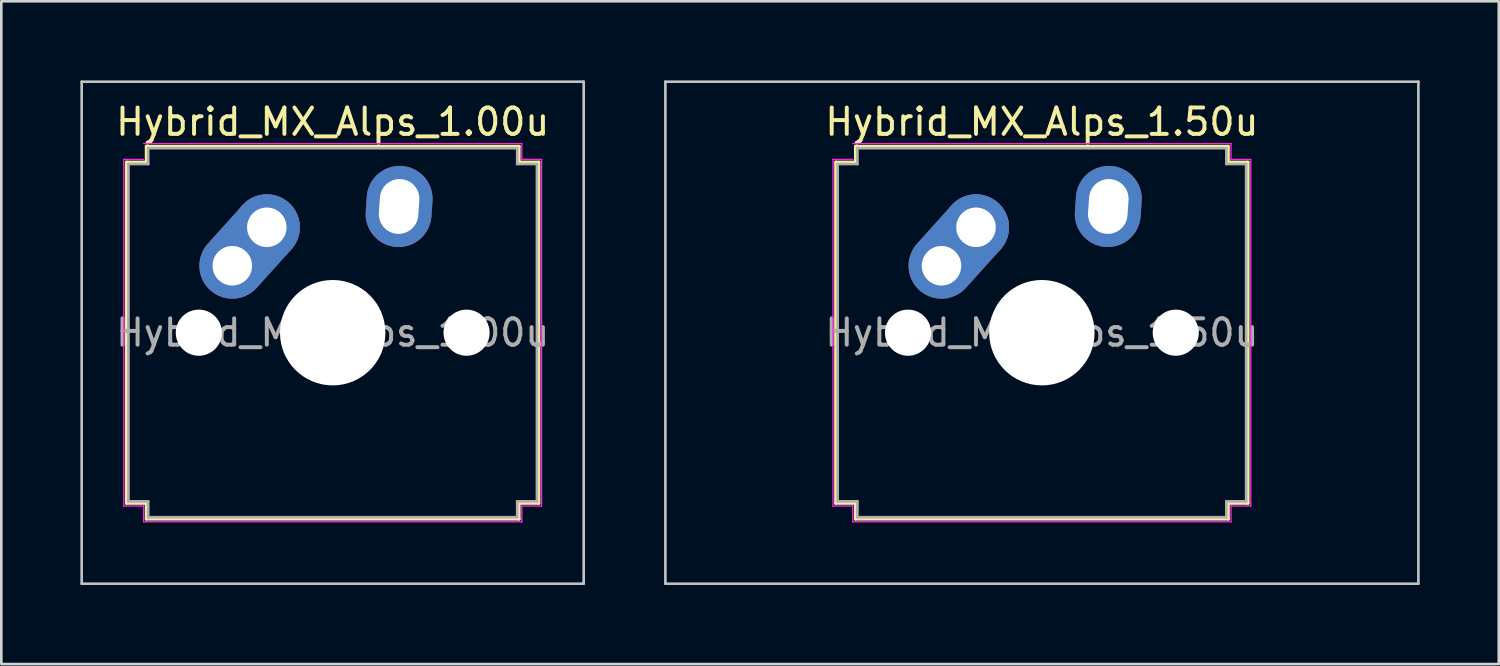
<source format=kicad_pcb>
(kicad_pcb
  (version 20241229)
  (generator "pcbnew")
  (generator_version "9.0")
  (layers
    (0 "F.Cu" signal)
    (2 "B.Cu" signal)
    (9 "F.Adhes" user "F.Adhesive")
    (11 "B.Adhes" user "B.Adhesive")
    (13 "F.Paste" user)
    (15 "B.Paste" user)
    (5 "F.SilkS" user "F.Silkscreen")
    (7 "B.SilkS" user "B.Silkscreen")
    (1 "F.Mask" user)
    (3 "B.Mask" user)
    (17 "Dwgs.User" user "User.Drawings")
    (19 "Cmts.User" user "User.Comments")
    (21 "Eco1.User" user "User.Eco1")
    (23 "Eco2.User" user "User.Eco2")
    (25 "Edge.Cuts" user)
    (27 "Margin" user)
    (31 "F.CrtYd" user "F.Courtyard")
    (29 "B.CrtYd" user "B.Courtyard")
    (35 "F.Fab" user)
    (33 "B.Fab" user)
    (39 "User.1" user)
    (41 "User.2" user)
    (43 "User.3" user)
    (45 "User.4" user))
  (footprint "Hybrid_MX_Alps_1.50u"
    (layer "F.Cu")
    (at 36.487 9.575)
    (property "Reference" "Hybrid_MX_Alps_1.50u" (at 0 -8 0) (layer "F.SilkS") (effects (font (size 1 1) (thickness 0.15))))
    (attr through_hole)
    (fp_line (start -7.821 -6.471) (end -7.071 -6.471) (stroke (width 0.12) (type solid)) (layer "F.SilkS"))
    (fp_line (start -7.821 6.471) (end -7.821 -6.471) (stroke (width 0.12) (type solid)) (layer "F.SilkS"))
    (fp_line (start -7.071 -7.071) (end 7.071 -7.071) (stroke (width 0.12) (type solid)) (layer "F.SilkS"))
    (fp_line (start -7.071 -6.471) (end -7.071 -7.071) (stroke (width 0.12) (type solid)) (layer "F.SilkS"))
    (fp_line (start -7.071 6.471) (end -7.821 6.471) (stroke (width 0.12) (type solid)) (layer "F.SilkS"))
    (fp_line (start -7.071 7.071) (end -7.071 6.471) (stroke (width 0.12) (type solid)) (layer "F.SilkS"))
    (fp_line (start 7.071 -7.071) (end 7.071 -6.471) (stroke (width 0.12) (type solid)) (layer "F.SilkS"))
    (fp_line (start 7.071 -6.471) (end 7.821 -6.471) (stroke (width 0.12) (type solid)) (layer "F.SilkS"))
    (fp_line (start 7.071 6.471) (end 7.071 7.071) (stroke (width 0.12) (type solid)) (layer "F.SilkS"))
    (fp_line (start 7.071 7.071) (end -7.071 7.071) (stroke (width 0.12) (type solid)) (layer "F.SilkS"))
    (fp_line (start 7.821 -6.471) (end 7.821 6.471) (stroke (width 0.12) (type solid)) (layer "F.SilkS"))
    (fp_line (start 7.821 6.471) (end 7.071 6.471) (stroke (width 0.12) (type solid)) (layer "F.SilkS"))
    (fp_line (start -14.287 -9.525) (end -14.287 9.525) (stroke (width 0.1) (type solid)) (layer "Dwgs.User"))
    (fp_line (start -14.287 9.525) (end 14.287 9.525) (stroke (width 0.1) (type solid)) (layer "Dwgs.User"))
    (fp_line (start 14.287 -9.525) (end -14.287 -9.525) (stroke (width 0.1) (type solid)) (layer "Dwgs.User"))
    (fp_line (start 14.287 9.525) (end 14.287 -9.525) (stroke (width 0.1) (type solid)) (layer "Dwgs.User"))
    (fp_line (start -7.927 -6.577) (end -7.177 -6.577) (stroke (width 0.05) (type solid)) (layer "F.CrtYd"))
    (fp_line (start -7.927 6.577) (end -7.927 -6.577) (stroke (width 0.05) (type solid)) (layer "F.CrtYd"))
    (fp_line (start -7.177 -7.177) (end 7.177 -7.177) (stroke (width 0.05) (type solid)) (layer "F.CrtYd"))
    (fp_line (start -7.177 6.577) (end -7.927 6.577) (stroke (width 0.05) (type solid)) (layer "F.CrtYd"))
    (fp_line (start -7.177 7.177) (end -7.177 6.577) (stroke (width 0.05) (type solid)) (layer "F.CrtYd"))
    (fp_line (start 7.177 -7.177) (end 7.177 -6.577) (stroke (width 0.05) (type solid)) (layer "F.CrtYd"))
    (fp_line (start 7.177 -6.577) (end 7.927 -6.577) (stroke (width 0.05) (type solid)) (layer "F.CrtYd"))
    (fp_line (start 7.177 6.577) (end 7.177 7.177) (stroke (width 0.05) (type solid)) (layer "F.CrtYd"))
    (fp_line (start 7.177 7.177) (end -7.177 7.177) (stroke (width 0.05) (type solid)) (layer "F.CrtYd"))
    (fp_line (start 7.927 -6.577) (end 7.927 6.577) (stroke (width 0.05) (type solid)) (layer "F.CrtYd"))
    (fp_line (start 7.927 6.577) (end 7.177 6.577) (stroke (width 0.05) (type solid)) (layer "F.CrtYd"))
    (fp_line (start -7.75 -6.4) (end -7 -6.4) (stroke (width 0.1) (type solid)) (layer "F.Fab"))
    (fp_line (start -7.75 6.4) (end -7.75 -6.4) (stroke (width 0.1) (type solid)) (layer "F.Fab"))
    (fp_line (start -7 -7) (end 7 -7) (stroke (width 0.1) (type solid)) (layer "F.Fab"))
    (fp_line (start -7 -6.4) (end -7 -7) (stroke (width 0.1) (type solid)) (layer "F.Fab"))
    (fp_line (start -7 6.4) (end -7.75 6.4) (stroke (width 0.1) (type solid)) (layer "F.Fab"))
    (fp_line (start -7 7) (end -7 6.4) (stroke (width 0.1) (type solid)) (layer "F.Fab"))
    (fp_line (start 7 -7) (end 7 -6.4) (stroke (width 0.1) (type solid)) (layer "F.Fab"))
    (fp_line (start 7 -6.4) (end 7.75 -6.4) (stroke (width 0.1) (type solid)) (layer "F.Fab"))
    (fp_line (start 7 6.4) (end 7 7) (stroke (width 0.1) (type solid)) (layer "F.Fab"))
    (fp_line (start 7 7) (end -7 7) (stroke (width 0.1) (type solid)) (layer "F.Fab"))
    (fp_line (start 7.75 -6.4) (end 7.75 6.4) (stroke (width 0.1) (type solid)) (layer "F.Fab"))
    (fp_line (start 7.75 6.4) (end 7 6.4) (stroke (width 0.1) (type solid)) (layer "F.Fab"))
    (fp_text user "${REFERENCE}" (at 0 0 0) (layer "F.Fab") (effects (font (size 1 1) (thickness 0.15))))
    (pad "" np_thru_hole circle (at -5.08 0) (size 1.75 1.75) (drill 1.75) (layers "*.Cu" "*.Mask"))
    (pad "" np_thru_hole circle (at 0 0) (size 4 4) (drill 4) (layers "*.Cu" "*.Mask"))
    (pad "" np_thru_hole circle (at 5.08 0) (size 1.75 1.75) (drill 1.75) (layers "*.Cu" "*.Mask"))
    (pad "1" thru_hole oval (at -3.81 -2.54 48) (size 4.462 2.5) (drill 1.5 (offset 0.981 0)) (layers "*.Cu" "*.Mask"))
    (pad "1" thru_hole circle (at -2.5 -4) (size 2.5 2.5) (drill 1.5) (layers "*.Cu" "*.Mask"))
    (pad "2" thru_hole oval (at 2.52 -4.79 86) (size 3.081 2.5) (drill oval 2.081 1.5) (layers "*.Cu" "*.Mask")))
  (footprint "Hybrid_MX_Alps_1.00u"
    (layer "F.Cu")
    (at 9.575 9.575)
    (property "Reference" "Hybrid_MX_Alps_1.00u" (at 0 -8 0) (layer "F.SilkS") (effects (font (size 1 1) (thickness 0.15))))
    (attr through_hole)
    (fp_line (start -7.821 -6.471) (end -7.071 -6.471) (stroke (width 0.12) (type solid)) (layer "F.SilkS"))
    (fp_line (start -7.821 6.471) (end -7.821 -6.471) (stroke (width 0.12) (type solid)) (layer "F.SilkS"))
    (fp_line (start -7.071 -7.071) (end 7.071 -7.071) (stroke (width 0.12) (type solid)) (layer "F.SilkS"))
    (fp_line (start -7.071 -6.471) (end -7.071 -7.071) (stroke (width 0.12) (type solid)) (layer "F.SilkS"))
    (fp_line (start -7.071 6.471) (end -7.821 6.471) (stroke (width 0.12) (type solid)) (layer "F.SilkS"))
    (fp_line (start -7.071 7.071) (end -7.071 6.471) (stroke (width 0.12) (type solid)) (layer "F.SilkS"))
    (fp_line (start 7.071 -7.071) (end 7.071 -6.471) (stroke (width 0.12) (type solid)) (layer "F.SilkS"))
    (fp_line (start 7.071 -6.471) (end 7.821 -6.471) (stroke (width 0.12) (type solid)) (layer "F.SilkS"))
    (fp_line (start 7.071 6.471) (end 7.071 7.071) (stroke (width 0.12) (type solid)) (layer "F.SilkS"))
    (fp_line (start 7.071 7.071) (end -7.071 7.071) (stroke (width 0.12) (type solid)) (layer "F.SilkS"))
    (fp_line (start 7.821 -6.471) (end 7.821 6.471) (stroke (width 0.12) (type solid)) (layer "F.SilkS"))
    (fp_line (start 7.821 6.471) (end 7.071 6.471) (stroke (width 0.12) (type solid)) (layer "F.SilkS"))
    (fp_line (start -9.525 -9.525) (end -9.525 9.525) (stroke (width 0.1) (type solid)) (layer "Dwgs.User"))
    (fp_line (start -9.525 9.525) (end 9.525 9.525) (stroke (width 0.1) (type solid)) (layer "Dwgs.User"))
    (fp_line (start 9.525 -9.525) (end -9.525 -9.525) (stroke (width 0.1) (type solid)) (layer "Dwgs.User"))
    (fp_line (start 9.525 9.525) (end 9.525 -9.525) (stroke (width 0.1) (type solid)) (layer "Dwgs.User"))
    (fp_line (start -7.927 -6.577) (end -7.177 -6.577) (stroke (width 0.05) (type solid)) (layer "F.CrtYd"))
    (fp_line (start -7.927 6.577) (end -7.927 -6.577) (stroke (width 0.05) (type solid)) (layer "F.CrtYd"))
    (fp_line (start -7.177 -7.177) (end 7.177 -7.177) (stroke (width 0.05) (type solid)) (layer "F.CrtYd"))
    (fp_line (start -7.177 6.577) (end -7.927 6.577) (stroke (width 0.05) (type solid)) (layer "F.CrtYd"))
    (fp_line (start -7.177 7.177) (end -7.177 6.577) (stroke (width 0.05) (type solid)) (layer "F.CrtYd"))
    (fp_line (start 7.177 -7.177) (end 7.177 -6.577) (stroke (width 0.05) (type solid)) (layer "F.CrtYd"))
    (fp_line (start 7.177 -6.577) (end 7.927 -6.577) (stroke (width 0.05) (type solid)) (layer "F.CrtYd"))
    (fp_line (start 7.177 6.577) (end 7.177 7.177) (stroke (width 0.05) (type solid)) (layer "F.CrtYd"))
    (fp_line (start 7.177 7.177) (end -7.177 7.177) (stroke (width 0.05) (type solid)) (layer "F.CrtYd"))
    (fp_line (start 7.927 -6.577) (end 7.927 6.577) (stroke (width 0.05) (type solid)) (layer "F.CrtYd"))
    (fp_line (start 7.927 6.577) (end 7.177 6.577) (stroke (width 0.05) (type solid)) (layer "F.CrtYd"))
    (fp_line (start -7.75 -6.4) (end -7 -6.4) (stroke (width 0.1) (type solid)) (layer "F.Fab"))
    (fp_line (start -7.75 6.4) (end -7.75 -6.4) (stroke (width 0.1) (type solid)) (layer "F.Fab"))
    (fp_line (start -7 -7) (end 7 -7) (stroke (width 0.1) (type solid)) (layer "F.Fab"))
    (fp_line (start -7 -6.4) (end -7 -7) (stroke (width 0.1) (type solid)) (layer "F.Fab"))
    (fp_line (start -7 6.4) (end -7.75 6.4) (stroke (width 0.1) (type solid)) (layer "F.Fab"))
    (fp_line (start -7 7) (end -7 6.4) (stroke (width 0.1) (type solid)) (layer "F.Fab"))
    (fp_line (start 7 -7) (end 7 -6.4) (stroke (width 0.1) (type solid)) (layer "F.Fab"))
    (fp_line (start 7 -6.4) (end 7.75 -6.4) (stroke (width 0.1) (type solid)) (layer "F.Fab"))
    (fp_line (start 7 6.4) (end 7 7) (stroke (width 0.1) (type solid)) (layer "F.Fab"))
    (fp_line (start 7 7) (end -7 7) (stroke (width 0.1) (type solid)) (layer "F.Fab"))
    (fp_line (start 7.75 -6.4) (end 7.75 6.4) (stroke (width 0.1) (type solid)) (layer "F.Fab"))
    (fp_line (start 7.75 6.4) (end 7 6.4) (stroke (width 0.1) (type solid)) (layer "F.Fab"))
    (fp_text user "${REFERENCE}" (at 0 0 0) (layer "F.Fab") (effects (font (size 1 1) (thickness 0.15))))
    (pad "" np_thru_hole circle (at -5.08 0) (size 1.75 1.75) (drill 1.75) (layers "*.Cu" "*.Mask"))
    (pad "" np_thru_hole circle (at 0 0) (size 4 4) (drill 4) (layers "*.Cu" "*.Mask"))
    (pad "" np_thru_hole circle (at 5.08 0) (size 1.75 1.75) (drill 1.75) (layers "*.Cu" "*.Mask"))
    (pad "1" thru_hole oval (at -3.81 -2.54 48) (size 4.462 2.5) (drill 1.5 (offset 0.981 0)) (layers "*.Cu" "*.Mask"))
    (pad "1" thru_hole circle (at -2.5 -4) (size 2.5 2.5) (drill 1.5) (layers "*.Cu" "*.Mask"))
    (pad "2" thru_hole oval (at 2.52 -4.79 86) (size 3.081 2.5) (drill oval 2.081 1.5) (layers "*.Cu" "*.Mask")))
  (gr_rect
    (start -3 -3)
    (end 53.825 22.15)
    (stroke (width 0.1) (type default))
    (fill no)
    (layer "Edge.Cuts")))
</source>
